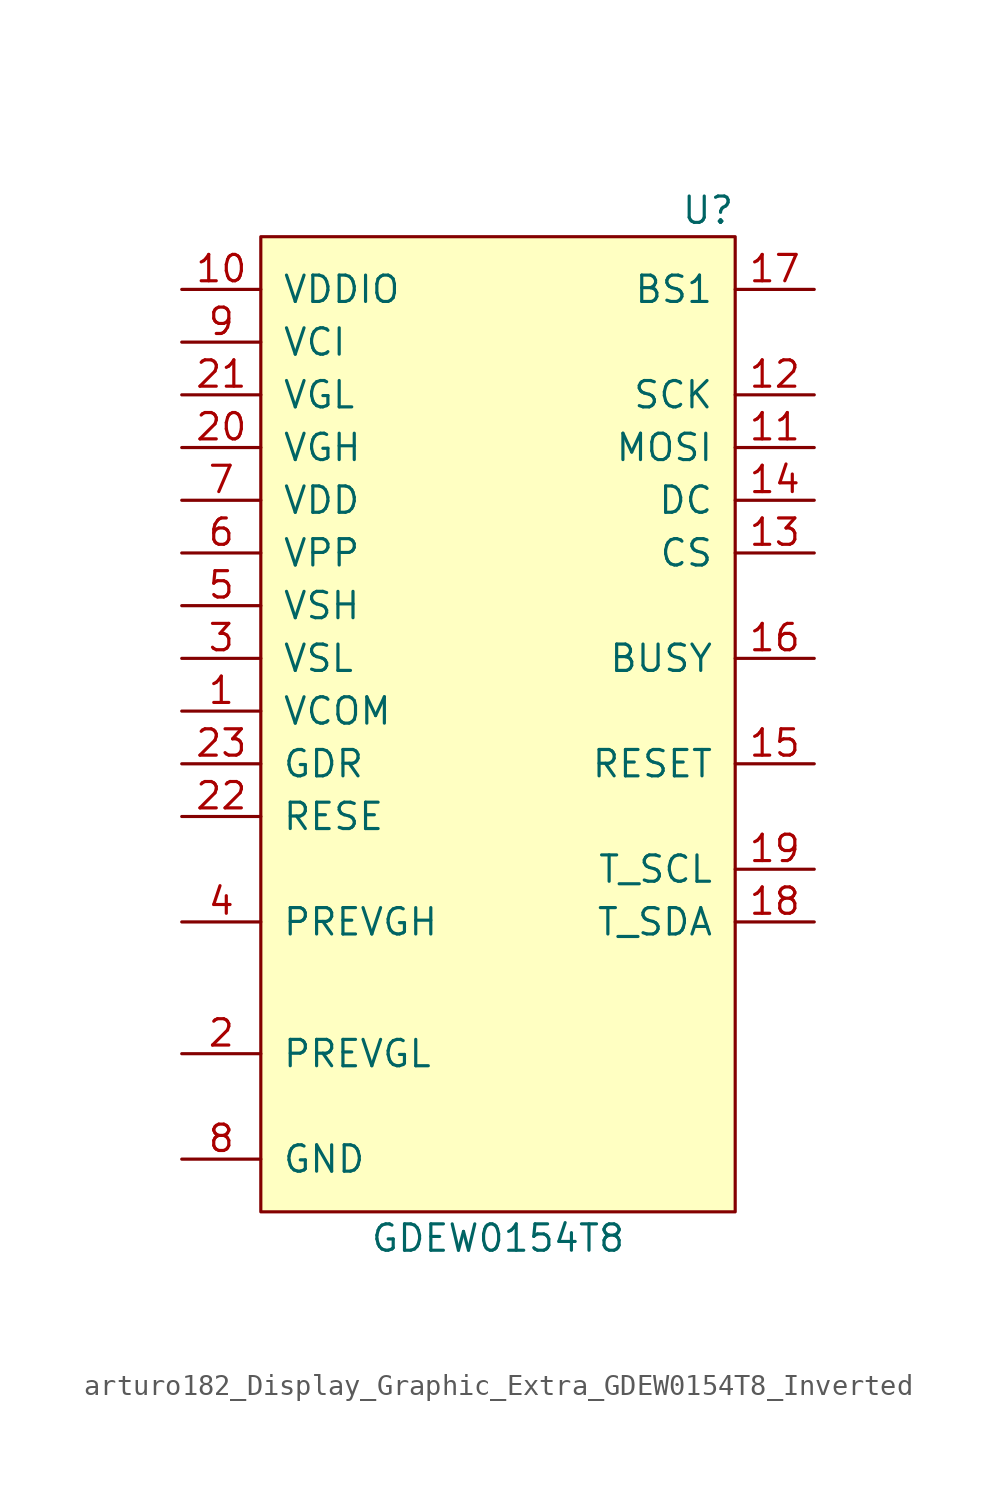
<source format=kicad_sym>
(kicad_symbol_lib
  (version 20220914)
  (generator kicad_symbol_editor)
  (symbol "arturo182_Display_Graphic_Extra_GDEW0154T8_Inverted"
    (pin_names
      (offset 1.016))
    (property "Reference" "U"
      (at 11.43 26.67 0)
      (effects (font (size 1.27 1.27)) (justify right)))
    (property "Value" "GDEW0154T8"
      (at 0 -22.86 0)
      (effects (font (size 1.27 1.27))))
    (symbol "arturo182_Display_Graphic_Extra_GDEW0154T8_Inverted_0_1"
      (rectangle (start -11.43 25.4) (end 11.43 -21.59) (stroke (width 0) (type default)) (fill (type background))))
    (symbol "arturo182_Display_Graphic_Extra_GDEW0154T8_Inverted_1_1"
      (pin power_out line (at -15.24 2.54 0) (length 3.81) (name "VCOM" (effects (font (size 1.27 1.27)))) (number "1" (effects (font (size 1.27 1.27)))))
      (pin power_in line (at -15.24 22.86 0) (length 3.81) (name "VDDIO" (effects (font (size 1.27 1.27)))) (number "10" (effects (font (size 1.27 1.27)))))
      (pin bidirectional line (at 15.24 15.24 180) (length 3.81) (name "MOSI" (effects (font (size 1.27 1.27)))) (number "11" (effects (font (size 1.27 1.27)))))
      (pin bidirectional line (at 15.24 17.78 180) (length 3.81) (name "SCK" (effects (font (size 1.27 1.27)))) (number "12" (effects (font (size 1.27 1.27)))))
      (pin input line (at 15.24 10.16 180) (length 3.81) (name "CS" (effects (font (size 1.27 1.27)))) (number "13" (effects (font (size 1.27 1.27)))))
      (pin input line (at 15.24 12.7 180) (length 3.81) (name "DC" (effects (font (size 1.27 1.27)))) (number "14" (effects (font (size 1.27 1.27)))))
      (pin input line (at 15.24 0 180) (length 3.81) (name "RESET" (effects (font (size 1.27 1.27)))) (number "15" (effects (font (size 1.27 1.27)))))
      (pin output line (at 15.24 5.08 180) (length 3.81) (name "BUSY" (effects (font (size 1.27 1.27)))) (number "16" (effects (font (size 1.27 1.27)))))
      (pin input line (at 15.24 22.86 180) (length 3.81) (name "BS1" (effects (font (size 1.27 1.27)))) (number "17" (effects (font (size 1.27 1.27)))))
      (pin bidirectional line (at 15.24 -7.62 180) (length 3.81) (name "T_SDA" (effects (font (size 1.27 1.27)))) (number "18" (effects (font (size 1.27 1.27)))))
      (pin output line (at 15.24 -5.08 180) (length 3.81) (name "T_SCL" (effects (font (size 1.27 1.27)))) (number "19" (effects (font (size 1.27 1.27)))))
      (pin power_in line (at -15.24 -13.97 0) (length 3.81) (name "PREVGL" (effects (font (size 1.27 1.27)))) (number "2" (effects (font (size 1.27 1.27)))))
      (pin power_out line (at -15.24 15.24 0) (length 3.81) (name "VGH" (effects (font (size 1.27 1.27)))) (number "20" (effects (font (size 1.27 1.27)))))
      (pin power_out line (at -15.24 17.78 0) (length 3.81) (name "VGL" (effects (font (size 1.27 1.27)))) (number "21" (effects (font (size 1.27 1.27)))))
      (pin output line (at -15.24 -2.54 0) (length 3.81) (name "RESE" (effects (font (size 1.27 1.27)))) (number "22" (effects (font (size 1.27 1.27)))))
      (pin output line (at -15.24 0 0) (length 3.81) (name "GDR" (effects (font (size 1.27 1.27)))) (number "23" (effects (font (size 1.27 1.27)))))
      (pin power_out line (at -15.24 5.08 0) (length 3.81) (name "VSL" (effects (font (size 1.27 1.27)))) (number "3" (effects (font (size 1.27 1.27)))))
      (pin power_in line (at -15.24 -7.62 0) (length 3.81) (name "PREVGH" (effects (font (size 1.27 1.27)))) (number "4" (effects (font (size 1.27 1.27)))))
      (pin power_out line (at -15.24 7.62 0) (length 3.81) (name "VSH" (effects (font (size 1.27 1.27)))) (number "5" (effects (font (size 1.27 1.27)))))
      (pin power_out line (at -15.24 10.16 0) (length 3.81) (name "VPP" (effects (font (size 1.27 1.27)))) (number "6" (effects (font (size 1.27 1.27)))))
      (pin power_out line (at -15.24 12.7 0) (length 3.81) (name "VDD" (effects (font (size 1.27 1.27)))) (number "7" (effects (font (size 1.27 1.27)))))
      (pin power_in line (at -15.24 -19.05 0) (length 3.81) (name "GND" (effects (font (size 1.27 1.27)))) (number "8" (effects (font (size 1.27 1.27)))))
      (pin power_in line (at -15.24 20.32 0) (length 3.81) (name "VCI" (effects (font (size 1.27 1.27)))) (number "9" (effects (font (size 1.27 1.27))))))))
</source>
